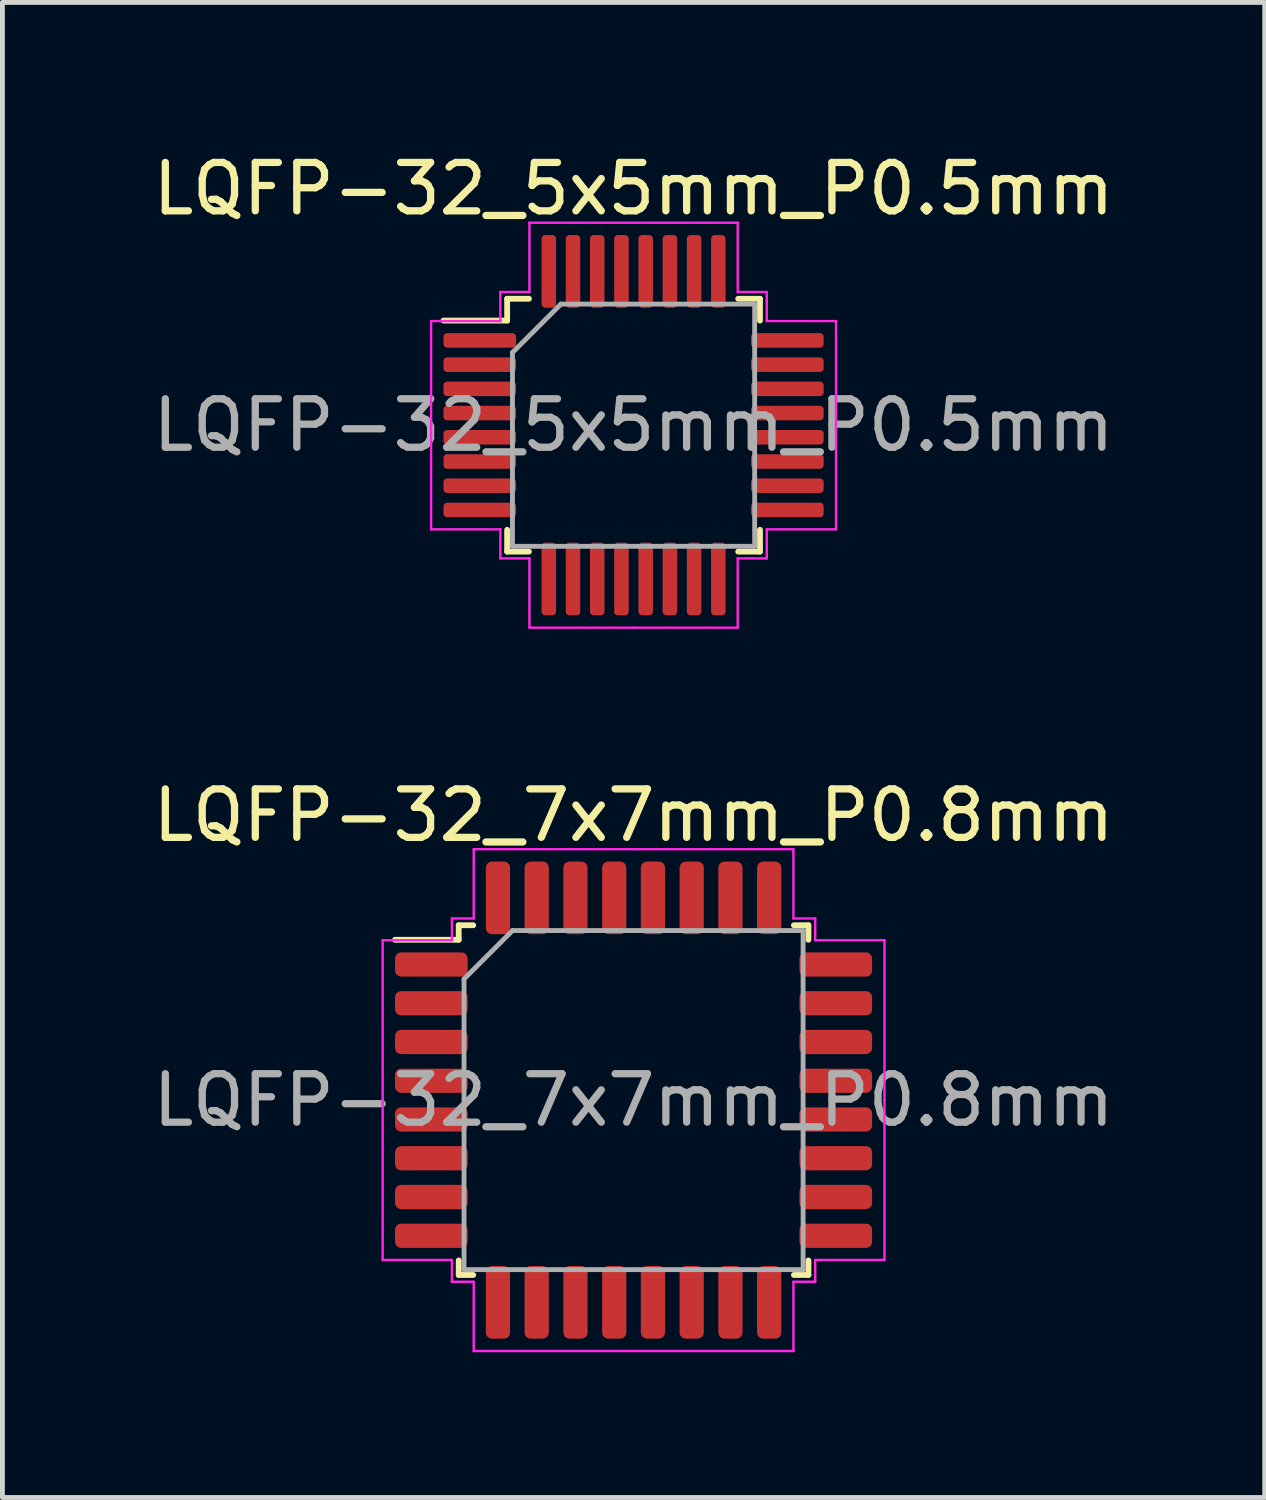
<source format=kicad_pcb>
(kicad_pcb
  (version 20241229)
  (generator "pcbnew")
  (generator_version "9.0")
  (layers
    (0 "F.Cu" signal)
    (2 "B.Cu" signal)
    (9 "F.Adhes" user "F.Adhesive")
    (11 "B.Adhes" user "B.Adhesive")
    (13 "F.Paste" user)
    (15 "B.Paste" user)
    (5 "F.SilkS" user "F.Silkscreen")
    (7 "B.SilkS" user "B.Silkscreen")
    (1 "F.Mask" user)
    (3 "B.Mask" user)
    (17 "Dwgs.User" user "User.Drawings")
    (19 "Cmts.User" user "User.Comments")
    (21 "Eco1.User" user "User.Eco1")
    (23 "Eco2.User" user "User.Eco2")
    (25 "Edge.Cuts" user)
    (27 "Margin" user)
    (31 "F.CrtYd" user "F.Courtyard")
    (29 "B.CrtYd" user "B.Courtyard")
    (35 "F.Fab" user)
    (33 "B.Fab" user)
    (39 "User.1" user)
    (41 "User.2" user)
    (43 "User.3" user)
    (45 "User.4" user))
  (footprint "LQFP-32_7x7mm_P0.8mm"
    (layer "F.Cu")
    (at 10.03 19.662)
    (property "Reference" "LQFP-32_7x7mm_P0.8mm" (at 0 -5.88 0) (layer "F.SilkS") (effects (font (size 1 1) (thickness 0.15))))
    (attr smd)
    (fp_line (start -3.61 -3.61) (end -3.61 -3.31) (stroke (width 0.12) (type solid)) (layer "F.SilkS"))
    (fp_line (start -3.61 -3.31) (end -4.925 -3.31) (stroke (width 0.12) (type solid)) (layer "F.SilkS"))
    (fp_line (start -3.61 3.61) (end -3.61 3.31) (stroke (width 0.12) (type solid)) (layer "F.SilkS"))
    (fp_line (start -3.31 -3.61) (end -3.61 -3.61) (stroke (width 0.12) (type solid)) (layer "F.SilkS"))
    (fp_line (start -3.31 3.61) (end -3.61 3.61) (stroke (width 0.12) (type solid)) (layer "F.SilkS"))
    (fp_line (start 3.31 -3.61) (end 3.61 -3.61) (stroke (width 0.12) (type solid)) (layer "F.SilkS"))
    (fp_line (start 3.31 3.61) (end 3.61 3.61) (stroke (width 0.12) (type solid)) (layer "F.SilkS"))
    (fp_line (start 3.61 -3.61) (end 3.61 -3.31) (stroke (width 0.12) (type solid)) (layer "F.SilkS"))
    (fp_line (start 3.61 3.61) (end 3.61 3.31) (stroke (width 0.12) (type solid)) (layer "F.SilkS"))
    (fp_line (start -5.18 -3.3) (end -5.18 0) (stroke (width 0.05) (type solid)) (layer "F.CrtYd"))
    (fp_line (start -5.18 3.3) (end -5.18 0) (stroke (width 0.05) (type solid)) (layer "F.CrtYd"))
    (fp_line (start -3.75 -3.75) (end -3.75 -3.3) (stroke (width 0.05) (type solid)) (layer "F.CrtYd"))
    (fp_line (start -3.75 -3.3) (end -5.18 -3.3) (stroke (width 0.05) (type solid)) (layer "F.CrtYd"))
    (fp_line (start -3.75 3.3) (end -5.18 3.3) (stroke (width 0.05) (type solid)) (layer "F.CrtYd"))
    (fp_line (start -3.75 3.75) (end -3.75 3.3) (stroke (width 0.05) (type solid)) (layer "F.CrtYd"))
    (fp_line (start -3.3 -5.18) (end -3.3 -3.75) (stroke (width 0.05) (type solid)) (layer "F.CrtYd"))
    (fp_line (start -3.3 -3.75) (end -3.75 -3.75) (stroke (width 0.05) (type solid)) (layer "F.CrtYd"))
    (fp_line (start -3.3 3.75) (end -3.75 3.75) (stroke (width 0.05) (type solid)) (layer "F.CrtYd"))
    (fp_line (start -3.3 5.18) (end -3.3 3.75) (stroke (width 0.05) (type solid)) (layer "F.CrtYd"))
    (fp_line (start 0 -5.18) (end -3.3 -5.18) (stroke (width 0.05) (type solid)) (layer "F.CrtYd"))
    (fp_line (start 0 -5.18) (end 3.3 -5.18) (stroke (width 0.05) (type solid)) (layer "F.CrtYd"))
    (fp_line (start 0 5.18) (end -3.3 5.18) (stroke (width 0.05) (type solid)) (layer "F.CrtYd"))
    (fp_line (start 0 5.18) (end 3.3 5.18) (stroke (width 0.05) (type solid)) (layer "F.CrtYd"))
    (fp_line (start 3.3 -5.18) (end 3.3 -3.75) (stroke (width 0.05) (type solid)) (layer "F.CrtYd"))
    (fp_line (start 3.3 -3.75) (end 3.75 -3.75) (stroke (width 0.05) (type solid)) (layer "F.CrtYd"))
    (fp_line (start 3.3 3.75) (end 3.75 3.75) (stroke (width 0.05) (type solid)) (layer "F.CrtYd"))
    (fp_line (start 3.3 5.18) (end 3.3 3.75) (stroke (width 0.05) (type solid)) (layer "F.CrtYd"))
    (fp_line (start 3.75 -3.75) (end 3.75 -3.3) (stroke (width 0.05) (type solid)) (layer "F.CrtYd"))
    (fp_line (start 3.75 -3.3) (end 5.18 -3.3) (stroke (width 0.05) (type solid)) (layer "F.CrtYd"))
    (fp_line (start 3.75 3.3) (end 5.18 3.3) (stroke (width 0.05) (type solid)) (layer "F.CrtYd"))
    (fp_line (start 3.75 3.75) (end 3.75 3.3) (stroke (width 0.05) (type solid)) (layer "F.CrtYd"))
    (fp_line (start 5.18 -3.3) (end 5.18 0) (stroke (width 0.05) (type solid)) (layer "F.CrtYd"))
    (fp_line (start 5.18 3.3) (end 5.18 0) (stroke (width 0.05) (type solid)) (layer "F.CrtYd"))
    (fp_line (start -3.5 -2.5) (end -2.5 -3.5) (stroke (width 0.1) (type solid)) (layer "F.Fab"))
    (fp_line (start -3.5 3.5) (end -3.5 -2.5) (stroke (width 0.1) (type solid)) (layer "F.Fab"))
    (fp_line (start -2.5 -3.5) (end 3.5 -3.5) (stroke (width 0.1) (type solid)) (layer "F.Fab"))
    (fp_line (start 3.5 -3.5) (end 3.5 3.5) (stroke (width 0.1) (type solid)) (layer "F.Fab"))
    (fp_line (start 3.5 3.5) (end -3.5 3.5) (stroke (width 0.1) (type solid)) (layer "F.Fab"))
    (fp_text user "${REFERENCE}" (at 0 0 0) (layer "F.Fab") (effects (font (size 1 1) (thickness 0.15))))
    (pad "1" smd roundrect (at -4.175 -2.8) (size 1.5 0.5) (layers "F.Cu" "F.Mask" "F.Paste") (roundrect_rratio 0.25))
    (pad "2" smd roundrect (at -4.175 -2) (size 1.5 0.5) (layers "F.Cu" "F.Mask" "F.Paste") (roundrect_rratio 0.25))
    (pad "3" smd roundrect (at -4.175 -1.2) (size 1.5 0.5) (layers "F.Cu" "F.Mask" "F.Paste") (roundrect_rratio 0.25))
    (pad "4" smd roundrect (at -4.175 -0.4) (size 1.5 0.5) (layers "F.Cu" "F.Mask" "F.Paste") (roundrect_rratio 0.25))
    (pad "5" smd roundrect (at -4.175 0.4) (size 1.5 0.5) (layers "F.Cu" "F.Mask" "F.Paste") (roundrect_rratio 0.25))
    (pad "6" smd roundrect (at -4.175 1.2) (size 1.5 0.5) (layers "F.Cu" "F.Mask" "F.Paste") (roundrect_rratio 0.25))
    (pad "7" smd roundrect (at -4.175 2) (size 1.5 0.5) (layers "F.Cu" "F.Mask" "F.Paste") (roundrect_rratio 0.25))
    (pad "8" smd roundrect (at -4.175 2.8) (size 1.5 0.5) (layers "F.Cu" "F.Mask" "F.Paste") (roundrect_rratio 0.25))
    (pad "9" smd roundrect (at -2.8 4.175) (size 0.5 1.5) (layers "F.Cu" "F.Mask" "F.Paste") (roundrect_rratio 0.25))
    (pad "10" smd roundrect (at -2 4.175) (size 0.5 1.5) (layers "F.Cu" "F.Mask" "F.Paste") (roundrect_rratio 0.25))
    (pad "11" smd roundrect (at -1.2 4.175) (size 0.5 1.5) (layers "F.Cu" "F.Mask" "F.Paste") (roundrect_rratio 0.25))
    (pad "12" smd roundrect (at -0.4 4.175) (size 0.5 1.5) (layers "F.Cu" "F.Mask" "F.Paste") (roundrect_rratio 0.25))
    (pad "13" smd roundrect (at 0.4 4.175) (size 0.5 1.5) (layers "F.Cu" "F.Mask" "F.Paste") (roundrect_rratio 0.25))
    (pad "14" smd roundrect (at 1.2 4.175) (size 0.5 1.5) (layers "F.Cu" "F.Mask" "F.Paste") (roundrect_rratio 0.25))
    (pad "15" smd roundrect (at 2 4.175) (size 0.5 1.5) (layers "F.Cu" "F.Mask" "F.Paste") (roundrect_rratio 0.25))
    (pad "16" smd roundrect (at 2.8 4.175) (size 0.5 1.5) (layers "F.Cu" "F.Mask" "F.Paste") (roundrect_rratio 0.25))
    (pad "17" smd roundrect (at 4.175 2.8) (size 1.5 0.5) (layers "F.Cu" "F.Mask" "F.Paste") (roundrect_rratio 0.25))
    (pad "18" smd roundrect (at 4.175 2) (size 1.5 0.5) (layers "F.Cu" "F.Mask" "F.Paste") (roundrect_rratio 0.25))
    (pad "19" smd roundrect (at 4.175 1.2) (size 1.5 0.5) (layers "F.Cu" "F.Mask" "F.Paste") (roundrect_rratio 0.25))
    (pad "20" smd roundrect (at 4.175 0.4) (size 1.5 0.5) (layers "F.Cu" "F.Mask" "F.Paste") (roundrect_rratio 0.25))
    (pad "21" smd roundrect (at 4.175 -0.4) (size 1.5 0.5) (layers "F.Cu" "F.Mask" "F.Paste") (roundrect_rratio 0.25))
    (pad "22" smd roundrect (at 4.175 -1.2) (size 1.5 0.5) (layers "F.Cu" "F.Mask" "F.Paste") (roundrect_rratio 0.25))
    (pad "23" smd roundrect (at 4.175 -2) (size 1.5 0.5) (layers "F.Cu" "F.Mask" "F.Paste") (roundrect_rratio 0.25))
    (pad "24" smd roundrect (at 4.175 -2.8) (size 1.5 0.5) (layers "F.Cu" "F.Mask" "F.Paste") (roundrect_rratio 0.25))
    (pad "25" smd roundrect (at 2.8 -4.175) (size 0.5 1.5) (layers "F.Cu" "F.Mask" "F.Paste") (roundrect_rratio 0.25))
    (pad "26" smd roundrect (at 2 -4.175) (size 0.5 1.5) (layers "F.Cu" "F.Mask" "F.Paste") (roundrect_rratio 0.25))
    (pad "27" smd roundrect (at 1.2 -4.175) (size 0.5 1.5) (layers "F.Cu" "F.Mask" "F.Paste") (roundrect_rratio 0.25))
    (pad "28" smd roundrect (at 0.4 -4.175) (size 0.5 1.5) (layers "F.Cu" "F.Mask" "F.Paste") (roundrect_rratio 0.25))
    (pad "29" smd roundrect (at -0.4 -4.175) (size 0.5 1.5) (layers "F.Cu" "F.Mask" "F.Paste") (roundrect_rratio 0.25))
    (pad "30" smd roundrect (at -1.2 -4.175) (size 0.5 1.5) (layers "F.Cu" "F.Mask" "F.Paste") (roundrect_rratio 0.25))
    (pad "31" smd roundrect (at -2 -4.175) (size 0.5 1.5) (layers "F.Cu" "F.Mask" "F.Paste") (roundrect_rratio 0.25))
    (pad "32" smd roundrect (at -2.8 -4.175) (size 0.5 1.5) (layers "F.Cu" "F.Mask" "F.Paste") (roundrect_rratio 0.25)))
  (footprint "LQFP-32_5x5mm_P0.5mm"
    (layer "F.Cu")
    (at 10.03 5.728)
    (property "Reference" "LQFP-32_5x5mm_P0.5mm" (at 0 -4.88 0) (layer "F.SilkS") (effects (font (size 1 1) (thickness 0.15))))
    (attr smd)
    (fp_line (start -2.61 -2.61) (end -2.61 -2.16) (stroke (width 0.12) (type solid)) (layer "F.SilkS"))
    (fp_line (start -2.61 -2.16) (end -3.925 -2.16) (stroke (width 0.12) (type solid)) (layer "F.SilkS"))
    (fp_line (start -2.61 2.61) (end -2.61 2.16) (stroke (width 0.12) (type solid)) (layer "F.SilkS"))
    (fp_line (start -2.16 -2.61) (end -2.61 -2.61) (stroke (width 0.12) (type solid)) (layer "F.SilkS"))
    (fp_line (start -2.16 2.61) (end -2.61 2.61) (stroke (width 0.12) (type solid)) (layer "F.SilkS"))
    (fp_line (start 2.16 -2.61) (end 2.61 -2.61) (stroke (width 0.12) (type solid)) (layer "F.SilkS"))
    (fp_line (start 2.16 2.61) (end 2.61 2.61) (stroke (width 0.12) (type solid)) (layer "F.SilkS"))
    (fp_line (start 2.61 -2.61) (end 2.61 -2.16) (stroke (width 0.12) (type solid)) (layer "F.SilkS"))
    (fp_line (start 2.61 2.61) (end 2.61 2.16) (stroke (width 0.12) (type solid)) (layer "F.SilkS"))
    (fp_line (start -4.18 -2.15) (end -4.18 0) (stroke (width 0.05) (type solid)) (layer "F.CrtYd"))
    (fp_line (start -4.18 2.15) (end -4.18 0) (stroke (width 0.05) (type solid)) (layer "F.CrtYd"))
    (fp_line (start -2.75 -2.75) (end -2.75 -2.15) (stroke (width 0.05) (type solid)) (layer "F.CrtYd"))
    (fp_line (start -2.75 -2.15) (end -4.18 -2.15) (stroke (width 0.05) (type solid)) (layer "F.CrtYd"))
    (fp_line (start -2.75 2.15) (end -4.18 2.15) (stroke (width 0.05) (type solid)) (layer "F.CrtYd"))
    (fp_line (start -2.75 2.75) (end -2.75 2.15) (stroke (width 0.05) (type solid)) (layer "F.CrtYd"))
    (fp_line (start -2.15 -4.18) (end -2.15 -2.75) (stroke (width 0.05) (type solid)) (layer "F.CrtYd"))
    (fp_line (start -2.15 -2.75) (end -2.75 -2.75) (stroke (width 0.05) (type solid)) (layer "F.CrtYd"))
    (fp_line (start -2.15 2.75) (end -2.75 2.75) (stroke (width 0.05) (type solid)) (layer "F.CrtYd"))
    (fp_line (start -2.15 4.18) (end -2.15 2.75) (stroke (width 0.05) (type solid)) (layer "F.CrtYd"))
    (fp_line (start 0 -4.18) (end -2.15 -4.18) (stroke (width 0.05) (type solid)) (layer "F.CrtYd"))
    (fp_line (start 0 -4.18) (end 2.15 -4.18) (stroke (width 0.05) (type solid)) (layer "F.CrtYd"))
    (fp_line (start 0 4.18) (end -2.15 4.18) (stroke (width 0.05) (type solid)) (layer "F.CrtYd"))
    (fp_line (start 0 4.18) (end 2.15 4.18) (stroke (width 0.05) (type solid)) (layer "F.CrtYd"))
    (fp_line (start 2.15 -4.18) (end 2.15 -2.75) (stroke (width 0.05) (type solid)) (layer "F.CrtYd"))
    (fp_line (start 2.15 -2.75) (end 2.75 -2.75) (stroke (width 0.05) (type solid)) (layer "F.CrtYd"))
    (fp_line (start 2.15 2.75) (end 2.75 2.75) (stroke (width 0.05) (type solid)) (layer "F.CrtYd"))
    (fp_line (start 2.15 4.18) (end 2.15 2.75) (stroke (width 0.05) (type solid)) (layer "F.CrtYd"))
    (fp_line (start 2.75 -2.75) (end 2.75 -2.15) (stroke (width 0.05) (type solid)) (layer "F.CrtYd"))
    (fp_line (start 2.75 -2.15) (end 4.18 -2.15) (stroke (width 0.05) (type solid)) (layer "F.CrtYd"))
    (fp_line (start 2.75 2.15) (end 4.18 2.15) (stroke (width 0.05) (type solid)) (layer "F.CrtYd"))
    (fp_line (start 2.75 2.75) (end 2.75 2.15) (stroke (width 0.05) (type solid)) (layer "F.CrtYd"))
    (fp_line (start 4.18 -2.15) (end 4.18 0) (stroke (width 0.05) (type solid)) (layer "F.CrtYd"))
    (fp_line (start 4.18 2.15) (end 4.18 0) (stroke (width 0.05) (type solid)) (layer "F.CrtYd"))
    (fp_line (start -2.5 -1.5) (end -1.5 -2.5) (stroke (width 0.1) (type solid)) (layer "F.Fab"))
    (fp_line (start -2.5 2.5) (end -2.5 -1.5) (stroke (width 0.1) (type solid)) (layer "F.Fab"))
    (fp_line (start -1.5 -2.5) (end 2.5 -2.5) (stroke (width 0.1) (type solid)) (layer "F.Fab"))
    (fp_line (start 2.5 -2.5) (end 2.5 2.5) (stroke (width 0.1) (type solid)) (layer "F.Fab"))
    (fp_line (start 2.5 2.5) (end -2.5 2.5) (stroke (width 0.1) (type solid)) (layer "F.Fab"))
    (fp_text user "${REFERENCE}" (at 0 0 0) (layer "F.Fab") (effects (font (size 1 1) (thickness 0.15))))
    (pad "1" smd roundrect (at -3.175 -1.75) (size 1.5 0.3) (layers "F.Cu" "F.Mask" "F.Paste") (roundrect_rratio 0.25))
    (pad "2" smd roundrect (at -3.175 -1.25) (size 1.5 0.3) (layers "F.Cu" "F.Mask" "F.Paste") (roundrect_rratio 0.25))
    (pad "3" smd roundrect (at -3.175 -0.75) (size 1.5 0.3) (layers "F.Cu" "F.Mask" "F.Paste") (roundrect_rratio 0.25))
    (pad "4" smd roundrect (at -3.175 -0.25) (size 1.5 0.3) (layers "F.Cu" "F.Mask" "F.Paste") (roundrect_rratio 0.25))
    (pad "5" smd roundrect (at -3.175 0.25) (size 1.5 0.3) (layers "F.Cu" "F.Mask" "F.Paste") (roundrect_rratio 0.25))
    (pad "6" smd roundrect (at -3.175 0.75) (size 1.5 0.3) (layers "F.Cu" "F.Mask" "F.Paste") (roundrect_rratio 0.25))
    (pad "7" smd roundrect (at -3.175 1.25) (size 1.5 0.3) (layers "F.Cu" "F.Mask" "F.Paste") (roundrect_rratio 0.25))
    (pad "8" smd roundrect (at -3.175 1.75) (size 1.5 0.3) (layers "F.Cu" "F.Mask" "F.Paste") (roundrect_rratio 0.25))
    (pad "9" smd roundrect (at -1.75 3.175) (size 0.3 1.5) (layers "F.Cu" "F.Mask" "F.Paste") (roundrect_rratio 0.25))
    (pad "10" smd roundrect (at -1.25 3.175) (size 0.3 1.5) (layers "F.Cu" "F.Mask" "F.Paste") (roundrect_rratio 0.25))
    (pad "11" smd roundrect (at -0.75 3.175) (size 0.3 1.5) (layers "F.Cu" "F.Mask" "F.Paste") (roundrect_rratio 0.25))
    (pad "12" smd roundrect (at -0.25 3.175) (size 0.3 1.5) (layers "F.Cu" "F.Mask" "F.Paste") (roundrect_rratio 0.25))
    (pad "13" smd roundrect (at 0.25 3.175) (size 0.3 1.5) (layers "F.Cu" "F.Mask" "F.Paste") (roundrect_rratio 0.25))
    (pad "14" smd roundrect (at 0.75 3.175) (size 0.3 1.5) (layers "F.Cu" "F.Mask" "F.Paste") (roundrect_rratio 0.25))
    (pad "15" smd roundrect (at 1.25 3.175) (size 0.3 1.5) (layers "F.Cu" "F.Mask" "F.Paste") (roundrect_rratio 0.25))
    (pad "16" smd roundrect (at 1.75 3.175) (size 0.3 1.5) (layers "F.Cu" "F.Mask" "F.Paste") (roundrect_rratio 0.25))
    (pad "17" smd roundrect (at 3.175 1.75) (size 1.5 0.3) (layers "F.Cu" "F.Mask" "F.Paste") (roundrect_rratio 0.25))
    (pad "18" smd roundrect (at 3.175 1.25) (size 1.5 0.3) (layers "F.Cu" "F.Mask" "F.Paste") (roundrect_rratio 0.25))
    (pad "19" smd roundrect (at 3.175 0.75) (size 1.5 0.3) (layers "F.Cu" "F.Mask" "F.Paste") (roundrect_rratio 0.25))
    (pad "20" smd roundrect (at 3.175 0.25) (size 1.5 0.3) (layers "F.Cu" "F.Mask" "F.Paste") (roundrect_rratio 0.25))
    (pad "21" smd roundrect (at 3.175 -0.25) (size 1.5 0.3) (layers "F.Cu" "F.Mask" "F.Paste") (roundrect_rratio 0.25))
    (pad "22" smd roundrect (at 3.175 -0.75) (size 1.5 0.3) (layers "F.Cu" "F.Mask" "F.Paste") (roundrect_rratio 0.25))
    (pad "23" smd roundrect (at 3.175 -1.25) (size 1.5 0.3) (layers "F.Cu" "F.Mask" "F.Paste") (roundrect_rratio 0.25))
    (pad "24" smd roundrect (at 3.175 -1.75) (size 1.5 0.3) (layers "F.Cu" "F.Mask" "F.Paste") (roundrect_rratio 0.25))
    (pad "25" smd roundrect (at 1.75 -3.175) (size 0.3 1.5) (layers "F.Cu" "F.Mask" "F.Paste") (roundrect_rratio 0.25))
    (pad "26" smd roundrect (at 1.25 -3.175) (size 0.3 1.5) (layers "F.Cu" "F.Mask" "F.Paste") (roundrect_rratio 0.25))
    (pad "27" smd roundrect (at 0.75 -3.175) (size 0.3 1.5) (layers "F.Cu" "F.Mask" "F.Paste") (roundrect_rratio 0.25))
    (pad "28" smd roundrect (at 0.25 -3.175) (size 0.3 1.5) (layers "F.Cu" "F.Mask" "F.Paste") (roundrect_rratio 0.25))
    (pad "29" smd roundrect (at -0.25 -3.175) (size 0.3 1.5) (layers "F.Cu" "F.Mask" "F.Paste") (roundrect_rratio 0.25))
    (pad "30" smd roundrect (at -0.75 -3.175) (size 0.3 1.5) (layers "F.Cu" "F.Mask" "F.Paste") (roundrect_rratio 0.25))
    (pad "31" smd roundrect (at -1.25 -3.175) (size 0.3 1.5) (layers "F.Cu" "F.Mask" "F.Paste") (roundrect_rratio 0.25))
    (pad "32" smd roundrect (at -1.75 -3.175) (size 0.3 1.5) (layers "F.Cu" "F.Mask" "F.Paste") (roundrect_rratio 0.25)))
  (gr_rect
    (start -3 -3)
    (end 23.06 27.866)
    (stroke (width 0.1) (type default))
    (fill no)
    (layer "Edge.Cuts")))
</source>
